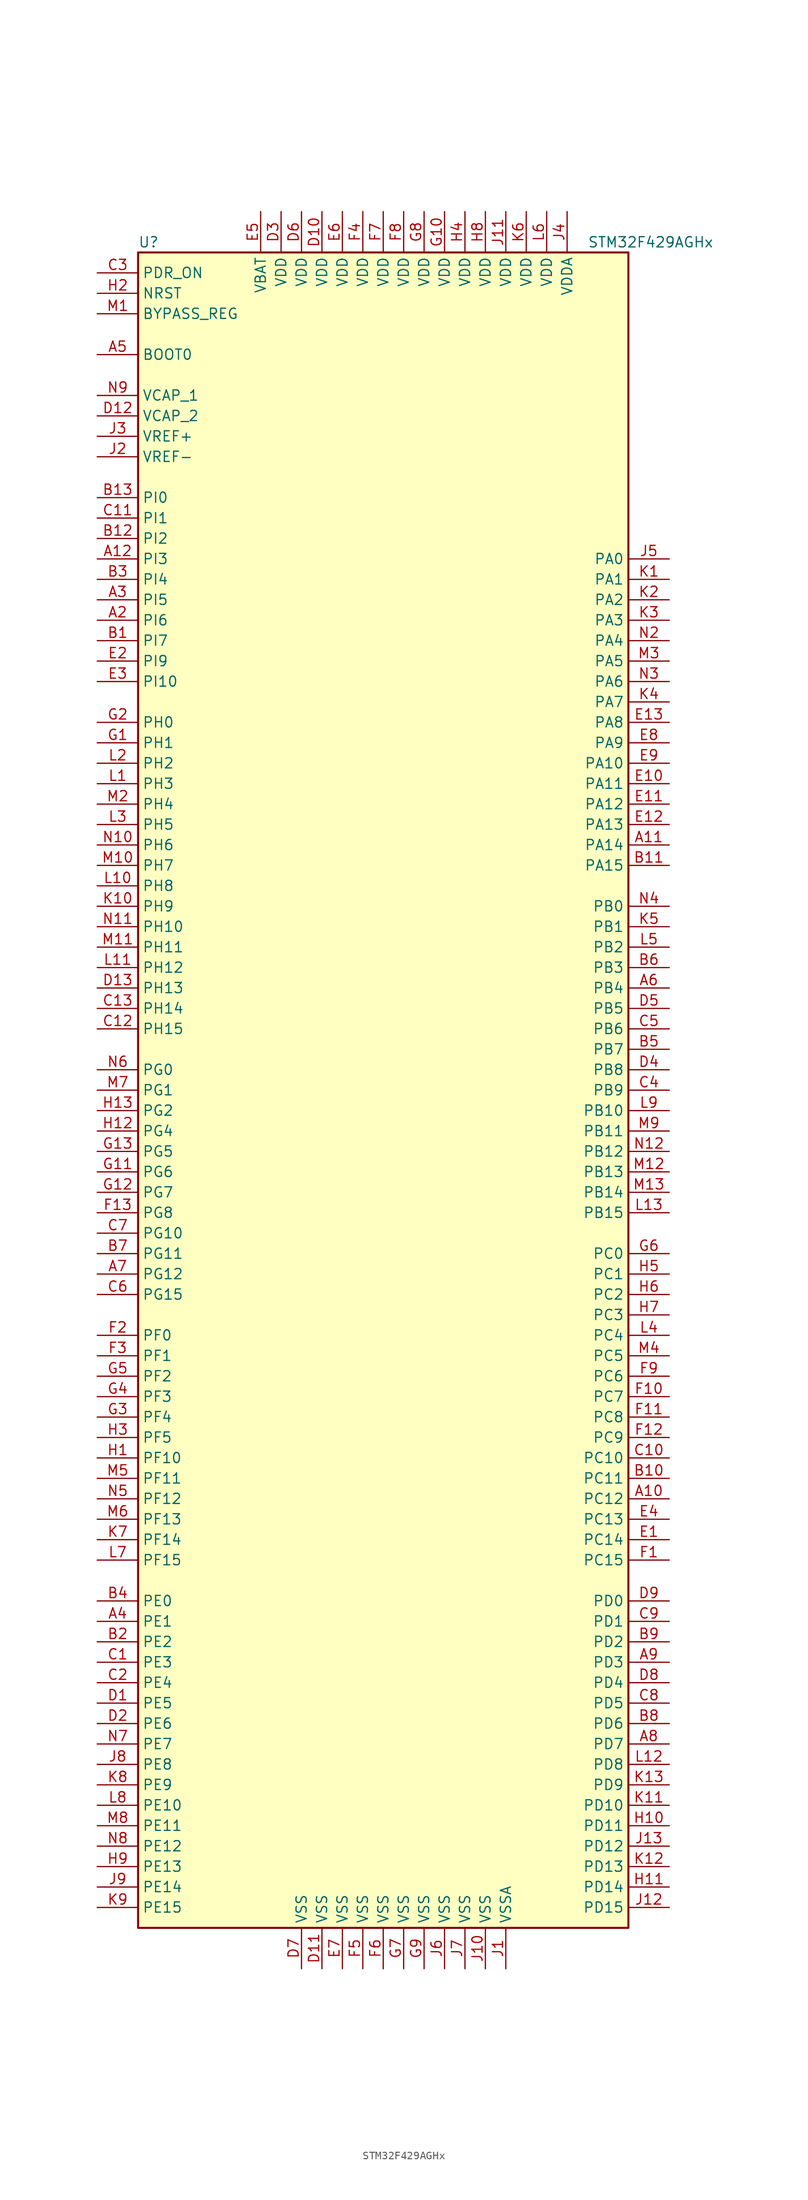
<source format=kicad_sym>
(kicad_symbol_lib
  (version 20211014)
  (generator kicad_symbol_editor)
  (symbol "STM32F429AGHx"
    (property "Reference" "U"
      (at -30.48 105.41 0)
      (effects (font (size 1.27 1.27)) (justify left)))
    (property "Value" "STM32F429AGHx"
      (at 25.4 105.41 0)
      (effects (font (size 1.27 1.27)) (justify left)))
    (symbol "STM32F429AGHx_0_1"
      (rectangle (start -30.48 -104.14) (end 30.48 104.14) (stroke (width 0.254) (type default) (color 0 0 0 0)) (fill (type background))))
    (symbol "STM32F429AGHx_1_1"
      (pin no_connect line (at -30.48 -101.6 0) (length 5.08) hide (name "NC" (effects (font (size 1.27 1.27)))) (number "A1" (effects (font (size 1.27 1.27)))))
      (pin bidirectional line (at 35.56 -50.8 180) (length 5.08) (name "PC12" (effects (font (size 1.27 1.27)))) (number "A10" (effects (font (size 1.27 1.27)))))
      (pin bidirectional line (at 35.56 30.48 180) (length 5.08) (name "PA14" (effects (font (size 1.27 1.27)))) (number "A11" (effects (font (size 1.27 1.27)))))
      (pin bidirectional line (at -35.56 66.04 0) (length 5.08) (name "PI3" (effects (font (size 1.27 1.27)))) (number "A12" (effects (font (size 1.27 1.27)))))
      (pin no_connect line (at -30.48 -99.06 0) (length 5.08) hide (name "NC" (effects (font (size 1.27 1.27)))) (number "A13" (effects (font (size 1.27 1.27)))))
      (pin bidirectional line (at -35.56 58.42 0) (length 5.08) (name "PI6" (effects (font (size 1.27 1.27)))) (number "A2" (effects (font (size 1.27 1.27)))))
      (pin bidirectional line (at -35.56 60.96 0) (length 5.08) (name "PI5" (effects (font (size 1.27 1.27)))) (number "A3" (effects (font (size 1.27 1.27)))))
      (pin bidirectional line (at -35.56 -66.04 0) (length 5.08) (name "PE1" (effects (font (size 1.27 1.27)))) (number "A4" (effects (font (size 1.27 1.27)))))
      (pin input line (at -35.56 91.44 0) (length 5.08) (name "BOOT0" (effects (font (size 1.27 1.27)))) (number "A5" (effects (font (size 1.27 1.27)))))
      (pin bidirectional line (at 35.56 12.7 180) (length 5.08) (name "PB4" (effects (font (size 1.27 1.27)))) (number "A6" (effects (font (size 1.27 1.27)))))
      (pin bidirectional line (at -35.56 -22.86 0) (length 5.08) (name "PG12" (effects (font (size 1.27 1.27)))) (number "A7" (effects (font (size 1.27 1.27)))))
      (pin bidirectional line (at 35.56 -81.28 180) (length 5.08) (name "PD7" (effects (font (size 1.27 1.27)))) (number "A8" (effects (font (size 1.27 1.27)))))
      (pin bidirectional line (at 35.56 -71.12 180) (length 5.08) (name "PD3" (effects (font (size 1.27 1.27)))) (number "A9" (effects (font (size 1.27 1.27)))))
      (pin bidirectional line (at -35.56 55.88 0) (length 5.08) (name "PI7" (effects (font (size 1.27 1.27)))) (number "B1" (effects (font (size 1.27 1.27)))))
      (pin bidirectional line (at 35.56 -48.26 180) (length 5.08) (name "PC11" (effects (font (size 1.27 1.27)))) (number "B10" (effects (font (size 1.27 1.27)))))
      (pin bidirectional line (at 35.56 27.94 180) (length 5.08) (name "PA15" (effects (font (size 1.27 1.27)))) (number "B11" (effects (font (size 1.27 1.27)))))
      (pin bidirectional line (at -35.56 68.58 0) (length 5.08) (name "PI2" (effects (font (size 1.27 1.27)))) (number "B12" (effects (font (size 1.27 1.27)))))
      (pin bidirectional line (at -35.56 73.66 0) (length 5.08) (name "PI0" (effects (font (size 1.27 1.27)))) (number "B13" (effects (font (size 1.27 1.27)))))
      (pin bidirectional line (at -35.56 -68.58 0) (length 5.08) (name "PE2" (effects (font (size 1.27 1.27)))) (number "B2" (effects (font (size 1.27 1.27)))))
      (pin bidirectional line (at -35.56 63.5 0) (length 5.08) (name "PI4" (effects (font (size 1.27 1.27)))) (number "B3" (effects (font (size 1.27 1.27)))))
      (pin bidirectional line (at -35.56 -63.5 0) (length 5.08) (name "PE0" (effects (font (size 1.27 1.27)))) (number "B4" (effects (font (size 1.27 1.27)))))
      (pin bidirectional line (at 35.56 5.08 180) (length 5.08) (name "PB7" (effects (font (size 1.27 1.27)))) (number "B5" (effects (font (size 1.27 1.27)))))
      (pin bidirectional line (at 35.56 15.24 180) (length 5.08) (name "PB3" (effects (font (size 1.27 1.27)))) (number "B6" (effects (font (size 1.27 1.27)))))
      (pin bidirectional line (at -35.56 -20.32 0) (length 5.08) (name "PG11" (effects (font (size 1.27 1.27)))) (number "B7" (effects (font (size 1.27 1.27)))))
      (pin bidirectional line (at 35.56 -78.74 180) (length 5.08) (name "PD6" (effects (font (size 1.27 1.27)))) (number "B8" (effects (font (size 1.27 1.27)))))
      (pin bidirectional line (at 35.56 -68.58 180) (length 5.08) (name "PD2" (effects (font (size 1.27 1.27)))) (number "B9" (effects (font (size 1.27 1.27)))))
      (pin bidirectional line (at -35.56 -71.12 0) (length 5.08) (name "PE3" (effects (font (size 1.27 1.27)))) (number "C1" (effects (font (size 1.27 1.27)))))
      (pin bidirectional line (at 35.56 -45.72 180) (length 5.08) (name "PC10" (effects (font (size 1.27 1.27)))) (number "C10" (effects (font (size 1.27 1.27)))))
      (pin bidirectional line (at -35.56 71.12 0) (length 5.08) (name "PI1" (effects (font (size 1.27 1.27)))) (number "C11" (effects (font (size 1.27 1.27)))))
      (pin bidirectional line (at -35.56 7.62 0) (length 5.08) (name "PH15" (effects (font (size 1.27 1.27)))) (number "C12" (effects (font (size 1.27 1.27)))))
      (pin bidirectional line (at -35.56 10.16 0) (length 5.08) (name "PH14" (effects (font (size 1.27 1.27)))) (number "C13" (effects (font (size 1.27 1.27)))))
      (pin bidirectional line (at -35.56 -73.66 0) (length 5.08) (name "PE4" (effects (font (size 1.27 1.27)))) (number "C2" (effects (font (size 1.27 1.27)))))
      (pin input line (at -35.56 101.6 0) (length 5.08) (name "PDR_ON" (effects (font (size 1.27 1.27)))) (number "C3" (effects (font (size 1.27 1.27)))))
      (pin bidirectional line (at 35.56 0 180) (length 5.08) (name "PB9" (effects (font (size 1.27 1.27)))) (number "C4" (effects (font (size 1.27 1.27)))))
      (pin bidirectional line (at 35.56 7.62 180) (length 5.08) (name "PB6" (effects (font (size 1.27 1.27)))) (number "C5" (effects (font (size 1.27 1.27)))))
      (pin bidirectional line (at -35.56 -25.4 0) (length 5.08) (name "PG15" (effects (font (size 1.27 1.27)))) (number "C6" (effects (font (size 1.27 1.27)))))
      (pin bidirectional line (at -35.56 -17.78 0) (length 5.08) (name "PG10" (effects (font (size 1.27 1.27)))) (number "C7" (effects (font (size 1.27 1.27)))))
      (pin bidirectional line (at 35.56 -76.2 180) (length 5.08) (name "PD5" (effects (font (size 1.27 1.27)))) (number "C8" (effects (font (size 1.27 1.27)))))
      (pin bidirectional line (at 35.56 -66.04 180) (length 5.08) (name "PD1" (effects (font (size 1.27 1.27)))) (number "C9" (effects (font (size 1.27 1.27)))))
      (pin bidirectional line (at -35.56 -76.2 0) (length 5.08) (name "PE5" (effects (font (size 1.27 1.27)))) (number "D1" (effects (font (size 1.27 1.27)))))
      (pin power_in line (at -7.62 109.22 270) (length 5.08) (name "VDD" (effects (font (size 1.27 1.27)))) (number "D10" (effects (font (size 1.27 1.27)))))
      (pin power_in line (at -7.62 -109.22 90) (length 5.08) (name "VSS" (effects (font (size 1.27 1.27)))) (number "D11" (effects (font (size 1.27 1.27)))))
      (pin power_in line (at -35.56 83.82 0) (length 5.08) (name "VCAP_2" (effects (font (size 1.27 1.27)))) (number "D12" (effects (font (size 1.27 1.27)))))
      (pin bidirectional line (at -35.56 12.7 0) (length 5.08) (name "PH13" (effects (font (size 1.27 1.27)))) (number "D13" (effects (font (size 1.27 1.27)))))
      (pin bidirectional line (at -35.56 -78.74 0) (length 5.08) (name "PE6" (effects (font (size 1.27 1.27)))) (number "D2" (effects (font (size 1.27 1.27)))))
      (pin power_in line (at -12.7 109.22 270) (length 5.08) (name "VDD" (effects (font (size 1.27 1.27)))) (number "D3" (effects (font (size 1.27 1.27)))))
      (pin bidirectional line (at 35.56 2.54 180) (length 5.08) (name "PB8" (effects (font (size 1.27 1.27)))) (number "D4" (effects (font (size 1.27 1.27)))))
      (pin bidirectional line (at 35.56 10.16 180) (length 5.08) (name "PB5" (effects (font (size 1.27 1.27)))) (number "D5" (effects (font (size 1.27 1.27)))))
      (pin power_in line (at -10.16 109.22 270) (length 5.08) (name "VDD" (effects (font (size 1.27 1.27)))) (number "D6" (effects (font (size 1.27 1.27)))))
      (pin power_in line (at -10.16 -109.22 90) (length 5.08) (name "VSS" (effects (font (size 1.27 1.27)))) (number "D7" (effects (font (size 1.27 1.27)))))
      (pin bidirectional line (at 35.56 -73.66 180) (length 5.08) (name "PD4" (effects (font (size 1.27 1.27)))) (number "D8" (effects (font (size 1.27 1.27)))))
      (pin bidirectional line (at 35.56 -63.5 180) (length 5.08) (name "PD0" (effects (font (size 1.27 1.27)))) (number "D9" (effects (font (size 1.27 1.27)))))
      (pin bidirectional line (at 35.56 -55.88 180) (length 5.08) (name "PC14" (effects (font (size 1.27 1.27)))) (number "E1" (effects (font (size 1.27 1.27)))))
      (pin bidirectional line (at 35.56 38.1 180) (length 5.08) (name "PA11" (effects (font (size 1.27 1.27)))) (number "E10" (effects (font (size 1.27 1.27)))))
      (pin bidirectional line (at 35.56 35.56 180) (length 5.08) (name "PA12" (effects (font (size 1.27 1.27)))) (number "E11" (effects (font (size 1.27 1.27)))))
      (pin bidirectional line (at 35.56 33.02 180) (length 5.08) (name "PA13" (effects (font (size 1.27 1.27)))) (number "E12" (effects (font (size 1.27 1.27)))))
      (pin bidirectional line (at 35.56 45.72 180) (length 5.08) (name "PA8" (effects (font (size 1.27 1.27)))) (number "E13" (effects (font (size 1.27 1.27)))))
      (pin bidirectional line (at -35.56 53.34 0) (length 5.08) (name "PI9" (effects (font (size 1.27 1.27)))) (number "E2" (effects (font (size 1.27 1.27)))))
      (pin bidirectional line (at -35.56 50.8 0) (length 5.08) (name "PI10" (effects (font (size 1.27 1.27)))) (number "E3" (effects (font (size 1.27 1.27)))))
      (pin bidirectional line (at 35.56 -53.34 180) (length 5.08) (name "PC13" (effects (font (size 1.27 1.27)))) (number "E4" (effects (font (size 1.27 1.27)))))
      (pin power_in line (at -15.24 109.22 270) (length 5.08) (name "VBAT" (effects (font (size 1.27 1.27)))) (number "E5" (effects (font (size 1.27 1.27)))))
      (pin power_in line (at -5.08 109.22 270) (length 5.08) (name "VDD" (effects (font (size 1.27 1.27)))) (number "E6" (effects (font (size 1.27 1.27)))))
      (pin power_in line (at -5.08 -109.22 90) (length 5.08) (name "VSS" (effects (font (size 1.27 1.27)))) (number "E7" (effects (font (size 1.27 1.27)))))
      (pin bidirectional line (at 35.56 43.18 180) (length 5.08) (name "PA9" (effects (font (size 1.27 1.27)))) (number "E8" (effects (font (size 1.27 1.27)))))
      (pin bidirectional line (at 35.56 40.64 180) (length 5.08) (name "PA10" (effects (font (size 1.27 1.27)))) (number "E9" (effects (font (size 1.27 1.27)))))
      (pin bidirectional line (at 35.56 -58.42 180) (length 5.08) (name "PC15" (effects (font (size 1.27 1.27)))) (number "F1" (effects (font (size 1.27 1.27)))))
      (pin bidirectional line (at 35.56 -38.1 180) (length 5.08) (name "PC7" (effects (font (size 1.27 1.27)))) (number "F10" (effects (font (size 1.27 1.27)))))
      (pin bidirectional line (at 35.56 -40.64 180) (length 5.08) (name "PC8" (effects (font (size 1.27 1.27)))) (number "F11" (effects (font (size 1.27 1.27)))))
      (pin bidirectional line (at 35.56 -43.18 180) (length 5.08) (name "PC9" (effects (font (size 1.27 1.27)))) (number "F12" (effects (font (size 1.27 1.27)))))
      (pin bidirectional line (at -35.56 -15.24 0) (length 5.08) (name "PG8" (effects (font (size 1.27 1.27)))) (number "F13" (effects (font (size 1.27 1.27)))))
      (pin bidirectional line (at -35.56 -30.48 0) (length 5.08) (name "PF0" (effects (font (size 1.27 1.27)))) (number "F2" (effects (font (size 1.27 1.27)))))
      (pin bidirectional line (at -35.56 -33.02 0) (length 5.08) (name "PF1" (effects (font (size 1.27 1.27)))) (number "F3" (effects (font (size 1.27 1.27)))))
      (pin power_in line (at -2.54 109.22 270) (length 5.08) (name "VDD" (effects (font (size 1.27 1.27)))) (number "F4" (effects (font (size 1.27 1.27)))))
      (pin power_in line (at -2.54 -109.22 90) (length 5.08) (name "VSS" (effects (font (size 1.27 1.27)))) (number "F5" (effects (font (size 1.27 1.27)))))
      (pin power_in line (at 0 -109.22 90) (length 5.08) (name "VSS" (effects (font (size 1.27 1.27)))) (number "F6" (effects (font (size 1.27 1.27)))))
      (pin power_in line (at 0 109.22 270) (length 5.08) (name "VDD" (effects (font (size 1.27 1.27)))) (number "F7" (effects (font (size 1.27 1.27)))))
      (pin power_in line (at 2.54 109.22 270) (length 5.08) (name "VDD" (effects (font (size 1.27 1.27)))) (number "F8" (effects (font (size 1.27 1.27)))))
      (pin bidirectional line (at 35.56 -35.56 180) (length 5.08) (name "PC6" (effects (font (size 1.27 1.27)))) (number "F9" (effects (font (size 1.27 1.27)))))
      (pin input line (at -35.56 43.18 0) (length 5.08) (name "PH1" (effects (font (size 1.27 1.27)))) (number "G1" (effects (font (size 1.27 1.27)))))
      (pin power_in line (at 7.62 109.22 270) (length 5.08) (name "VDD" (effects (font (size 1.27 1.27)))) (number "G10" (effects (font (size 1.27 1.27)))))
      (pin bidirectional line (at -35.56 -10.16 0) (length 5.08) (name "PG6" (effects (font (size 1.27 1.27)))) (number "G11" (effects (font (size 1.27 1.27)))))
      (pin bidirectional line (at -35.56 -12.7 0) (length 5.08) (name "PG7" (effects (font (size 1.27 1.27)))) (number "G12" (effects (font (size 1.27 1.27)))))
      (pin bidirectional line (at -35.56 -7.62 0) (length 5.08) (name "PG5" (effects (font (size 1.27 1.27)))) (number "G13" (effects (font (size 1.27 1.27)))))
      (pin input line (at -35.56 45.72 0) (length 5.08) (name "PH0" (effects (font (size 1.27 1.27)))) (number "G2" (effects (font (size 1.27 1.27)))))
      (pin bidirectional line (at -35.56 -40.64 0) (length 5.08) (name "PF4" (effects (font (size 1.27 1.27)))) (number "G3" (effects (font (size 1.27 1.27)))))
      (pin bidirectional line (at -35.56 -38.1 0) (length 5.08) (name "PF3" (effects (font (size 1.27 1.27)))) (number "G4" (effects (font (size 1.27 1.27)))))
      (pin bidirectional line (at -35.56 -35.56 0) (length 5.08) (name "PF2" (effects (font (size 1.27 1.27)))) (number "G5" (effects (font (size 1.27 1.27)))))
      (pin bidirectional line (at 35.56 -20.32 180) (length 5.08) (name "PC0" (effects (font (size 1.27 1.27)))) (number "G6" (effects (font (size 1.27 1.27)))))
      (pin power_in line (at 2.54 -109.22 90) (length 5.08) (name "VSS" (effects (font (size 1.27 1.27)))) (number "G7" (effects (font (size 1.27 1.27)))))
      (pin power_in line (at 5.08 109.22 270) (length 5.08) (name "VDD" (effects (font (size 1.27 1.27)))) (number "G8" (effects (font (size 1.27 1.27)))))
      (pin power_in line (at 5.08 -109.22 90) (length 5.08) (name "VSS" (effects (font (size 1.27 1.27)))) (number "G9" (effects (font (size 1.27 1.27)))))
      (pin bidirectional line (at -35.56 -45.72 0) (length 5.08) (name "PF10" (effects (font (size 1.27 1.27)))) (number "H1" (effects (font (size 1.27 1.27)))))
      (pin bidirectional line (at 35.56 -91.44 180) (length 5.08) (name "PD11" (effects (font (size 1.27 1.27)))) (number "H10" (effects (font (size 1.27 1.27)))))
      (pin bidirectional line (at 35.56 -99.06 180) (length 5.08) (name "PD14" (effects (font (size 1.27 1.27)))) (number "H11" (effects (font (size 1.27 1.27)))))
      (pin bidirectional line (at -35.56 -5.08 0) (length 5.08) (name "PG4" (effects (font (size 1.27 1.27)))) (number "H12" (effects (font (size 1.27 1.27)))))
      (pin bidirectional line (at -35.56 -2.54 0) (length 5.08) (name "PG2" (effects (font (size 1.27 1.27)))) (number "H13" (effects (font (size 1.27 1.27)))))
      (pin input line (at -35.56 99.06 0) (length 5.08) (name "NRST" (effects (font (size 1.27 1.27)))) (number "H2" (effects (font (size 1.27 1.27)))))
      (pin bidirectional line (at -35.56 -43.18 0) (length 5.08) (name "PF5" (effects (font (size 1.27 1.27)))) (number "H3" (effects (font (size 1.27 1.27)))))
      (pin power_in line (at 10.16 109.22 270) (length 5.08) (name "VDD" (effects (font (size 1.27 1.27)))) (number "H4" (effects (font (size 1.27 1.27)))))
      (pin bidirectional line (at 35.56 -22.86 180) (length 5.08) (name "PC1" (effects (font (size 1.27 1.27)))) (number "H5" (effects (font (size 1.27 1.27)))))
      (pin bidirectional line (at 35.56 -25.4 180) (length 5.08) (name "PC2" (effects (font (size 1.27 1.27)))) (number "H6" (effects (font (size 1.27 1.27)))))
      (pin bidirectional line (at 35.56 -27.94 180) (length 5.08) (name "PC3" (effects (font (size 1.27 1.27)))) (number "H7" (effects (font (size 1.27 1.27)))))
      (pin power_in line (at 12.7 109.22 270) (length 5.08) (name "VDD" (effects (font (size 1.27 1.27)))) (number "H8" (effects (font (size 1.27 1.27)))))
      (pin bidirectional line (at -35.56 -96.52 0) (length 5.08) (name "PE13" (effects (font (size 1.27 1.27)))) (number "H9" (effects (font (size 1.27 1.27)))))
      (pin power_in line (at 15.24 -109.22 90) (length 5.08) (name "VSSA" (effects (font (size 1.27 1.27)))) (number "J1" (effects (font (size 1.27 1.27)))))
      (pin power_in line (at 12.7 -109.22 90) (length 5.08) (name "VSS" (effects (font (size 1.27 1.27)))) (number "J10" (effects (font (size 1.27 1.27)))))
      (pin power_in line (at 15.24 109.22 270) (length 5.08) (name "VDD" (effects (font (size 1.27 1.27)))) (number "J11" (effects (font (size 1.27 1.27)))))
      (pin bidirectional line (at 35.56 -101.6 180) (length 5.08) (name "PD15" (effects (font (size 1.27 1.27)))) (number "J12" (effects (font (size 1.27 1.27)))))
      (pin bidirectional line (at 35.56 -93.98 180) (length 5.08) (name "PD12" (effects (font (size 1.27 1.27)))) (number "J13" (effects (font (size 1.27 1.27)))))
      (pin power_in line (at -35.56 78.74 0) (length 5.08) (name "VREF-" (effects (font (size 1.27 1.27)))) (number "J2" (effects (font (size 1.27 1.27)))))
      (pin power_in line (at -35.56 81.28 0) (length 5.08) (name "VREF+" (effects (font (size 1.27 1.27)))) (number "J3" (effects (font (size 1.27 1.27)))))
      (pin power_in line (at 22.86 109.22 270) (length 5.08) (name "VDDA" (effects (font (size 1.27 1.27)))) (number "J4" (effects (font (size 1.27 1.27)))))
      (pin bidirectional line (at 35.56 66.04 180) (length 5.08) (name "PA0" (effects (font (size 1.27 1.27)))) (number "J5" (effects (font (size 1.27 1.27)))))
      (pin power_in line (at 7.62 -109.22 90) (length 5.08) (name "VSS" (effects (font (size 1.27 1.27)))) (number "J6" (effects (font (size 1.27 1.27)))))
      (pin power_in line (at 10.16 -109.22 90) (length 5.08) (name "VSS" (effects (font (size 1.27 1.27)))) (number "J7" (effects (font (size 1.27 1.27)))))
      (pin bidirectional line (at -35.56 -83.82 0) (length 5.08) (name "PE8" (effects (font (size 1.27 1.27)))) (number "J8" (effects (font (size 1.27 1.27)))))
      (pin bidirectional line (at -35.56 -99.06 0) (length 5.08) (name "PE14" (effects (font (size 1.27 1.27)))) (number "J9" (effects (font (size 1.27 1.27)))))
      (pin bidirectional line (at 35.56 63.5 180) (length 5.08) (name "PA1" (effects (font (size 1.27 1.27)))) (number "K1" (effects (font (size 1.27 1.27)))))
      (pin bidirectional line (at -35.56 22.86 0) (length 5.08) (name "PH9" (effects (font (size 1.27 1.27)))) (number "K10" (effects (font (size 1.27 1.27)))))
      (pin bidirectional line (at 35.56 -88.9 180) (length 5.08) (name "PD10" (effects (font (size 1.27 1.27)))) (number "K11" (effects (font (size 1.27 1.27)))))
      (pin bidirectional line (at 35.56 -96.52 180) (length 5.08) (name "PD13" (effects (font (size 1.27 1.27)))) (number "K12" (effects (font (size 1.27 1.27)))))
      (pin bidirectional line (at 35.56 -86.36 180) (length 5.08) (name "PD9" (effects (font (size 1.27 1.27)))) (number "K13" (effects (font (size 1.27 1.27)))))
      (pin bidirectional line (at 35.56 60.96 180) (length 5.08) (name "PA2" (effects (font (size 1.27 1.27)))) (number "K2" (effects (font (size 1.27 1.27)))))
      (pin bidirectional line (at 35.56 58.42 180) (length 5.08) (name "PA3" (effects (font (size 1.27 1.27)))) (number "K3" (effects (font (size 1.27 1.27)))))
      (pin bidirectional line (at 35.56 48.26 180) (length 5.08) (name "PA7" (effects (font (size 1.27 1.27)))) (number "K4" (effects (font (size 1.27 1.27)))))
      (pin bidirectional line (at 35.56 20.32 180) (length 5.08) (name "PB1" (effects (font (size 1.27 1.27)))) (number "K5" (effects (font (size 1.27 1.27)))))
      (pin power_in line (at 17.78 109.22 270) (length 5.08) (name "VDD" (effects (font (size 1.27 1.27)))) (number "K6" (effects (font (size 1.27 1.27)))))
      (pin bidirectional line (at -35.56 -55.88 0) (length 5.08) (name "PF14" (effects (font (size 1.27 1.27)))) (number "K7" (effects (font (size 1.27 1.27)))))
      (pin bidirectional line (at -35.56 -86.36 0) (length 5.08) (name "PE9" (effects (font (size 1.27 1.27)))) (number "K8" (effects (font (size 1.27 1.27)))))
      (pin bidirectional line (at -35.56 -101.6 0) (length 5.08) (name "PE15" (effects (font (size 1.27 1.27)))) (number "K9" (effects (font (size 1.27 1.27)))))
      (pin bidirectional line (at -35.56 38.1 0) (length 5.08) (name "PH3" (effects (font (size 1.27 1.27)))) (number "L1" (effects (font (size 1.27 1.27)))))
      (pin bidirectional line (at -35.56 25.4 0) (length 5.08) (name "PH8" (effects (font (size 1.27 1.27)))) (number "L10" (effects (font (size 1.27 1.27)))))
      (pin bidirectional line (at -35.56 15.24 0) (length 5.08) (name "PH12" (effects (font (size 1.27 1.27)))) (number "L11" (effects (font (size 1.27 1.27)))))
      (pin bidirectional line (at 35.56 -83.82 180) (length 5.08) (name "PD8" (effects (font (size 1.27 1.27)))) (number "L12" (effects (font (size 1.27 1.27)))))
      (pin bidirectional line (at 35.56 -15.24 180) (length 5.08) (name "PB15" (effects (font (size 1.27 1.27)))) (number "L13" (effects (font (size 1.27 1.27)))))
      (pin bidirectional line (at -35.56 40.64 0) (length 5.08) (name "PH2" (effects (font (size 1.27 1.27)))) (number "L2" (effects (font (size 1.27 1.27)))))
      (pin bidirectional line (at -35.56 33.02 0) (length 5.08) (name "PH5" (effects (font (size 1.27 1.27)))) (number "L3" (effects (font (size 1.27 1.27)))))
      (pin bidirectional line (at 35.56 -30.48 180) (length 5.08) (name "PC4" (effects (font (size 1.27 1.27)))) (number "L4" (effects (font (size 1.27 1.27)))))
      (pin bidirectional line (at 35.56 17.78 180) (length 5.08) (name "PB2" (effects (font (size 1.27 1.27)))) (number "L5" (effects (font (size 1.27 1.27)))))
      (pin power_in line (at 20.32 109.22 270) (length 5.08) (name "VDD" (effects (font (size 1.27 1.27)))) (number "L6" (effects (font (size 1.27 1.27)))))
      (pin bidirectional line (at -35.56 -58.42 0) (length 5.08) (name "PF15" (effects (font (size 1.27 1.27)))) (number "L7" (effects (font (size 1.27 1.27)))))
      (pin bidirectional line (at -35.56 -88.9 0) (length 5.08) (name "PE10" (effects (font (size 1.27 1.27)))) (number "L8" (effects (font (size 1.27 1.27)))))
      (pin bidirectional line (at 35.56 -2.54 180) (length 5.08) (name "PB10" (effects (font (size 1.27 1.27)))) (number "L9" (effects (font (size 1.27 1.27)))))
      (pin input line (at -35.56 96.52 0) (length 5.08) (name "BYPASS_REG" (effects (font (size 1.27 1.27)))) (number "M1" (effects (font (size 1.27 1.27)))))
      (pin bidirectional line (at -35.56 27.94 0) (length 5.08) (name "PH7" (effects (font (size 1.27 1.27)))) (number "M10" (effects (font (size 1.27 1.27)))))
      (pin bidirectional line (at -35.56 17.78 0) (length 5.08) (name "PH11" (effects (font (size 1.27 1.27)))) (number "M11" (effects (font (size 1.27 1.27)))))
      (pin bidirectional line (at 35.56 -10.16 180) (length 5.08) (name "PB13" (effects (font (size 1.27 1.27)))) (number "M12" (effects (font (size 1.27 1.27)))))
      (pin bidirectional line (at 35.56 -12.7 180) (length 5.08) (name "PB14" (effects (font (size 1.27 1.27)))) (number "M13" (effects (font (size 1.27 1.27)))))
      (pin bidirectional line (at -35.56 35.56 0) (length 5.08) (name "PH4" (effects (font (size 1.27 1.27)))) (number "M2" (effects (font (size 1.27 1.27)))))
      (pin bidirectional line (at 35.56 53.34 180) (length 5.08) (name "PA5" (effects (font (size 1.27 1.27)))) (number "M3" (effects (font (size 1.27 1.27)))))
      (pin bidirectional line (at 35.56 -33.02 180) (length 5.08) (name "PC5" (effects (font (size 1.27 1.27)))) (number "M4" (effects (font (size 1.27 1.27)))))
      (pin bidirectional line (at -35.56 -48.26 0) (length 5.08) (name "PF11" (effects (font (size 1.27 1.27)))) (number "M5" (effects (font (size 1.27 1.27)))))
      (pin bidirectional line (at -35.56 -53.34 0) (length 5.08) (name "PF13" (effects (font (size 1.27 1.27)))) (number "M6" (effects (font (size 1.27 1.27)))))
      (pin bidirectional line (at -35.56 0 0) (length 5.08) (name "PG1" (effects (font (size 1.27 1.27)))) (number "M7" (effects (font (size 1.27 1.27)))))
      (pin bidirectional line (at -35.56 -91.44 0) (length 5.08) (name "PE11" (effects (font (size 1.27 1.27)))) (number "M8" (effects (font (size 1.27 1.27)))))
      (pin bidirectional line (at 35.56 -5.08 180) (length 5.08) (name "PB11" (effects (font (size 1.27 1.27)))) (number "M9" (effects (font (size 1.27 1.27)))))
      (pin no_connect line (at -30.48 -96.52 0) (length 5.08) hide (name "NC" (effects (font (size 1.27 1.27)))) (number "N1" (effects (font (size 1.27 1.27)))))
      (pin bidirectional line (at -35.56 30.48 0) (length 5.08) (name "PH6" (effects (font (size 1.27 1.27)))) (number "N10" (effects (font (size 1.27 1.27)))))
      (pin bidirectional line (at -35.56 20.32 0) (length 5.08) (name "PH10" (effects (font (size 1.27 1.27)))) (number "N11" (effects (font (size 1.27 1.27)))))
      (pin bidirectional line (at 35.56 -7.62 180) (length 5.08) (name "PB12" (effects (font (size 1.27 1.27)))) (number "N12" (effects (font (size 1.27 1.27)))))
      (pin no_connect line (at -30.48 -93.98 0) (length 5.08) hide (name "NC" (effects (font (size 1.27 1.27)))) (number "N13" (effects (font (size 1.27 1.27)))))
      (pin bidirectional line (at 35.56 55.88 180) (length 5.08) (name "PA4" (effects (font (size 1.27 1.27)))) (number "N2" (effects (font (size 1.27 1.27)))))
      (pin bidirectional line (at 35.56 50.8 180) (length 5.08) (name "PA6" (effects (font (size 1.27 1.27)))) (number "N3" (effects (font (size 1.27 1.27)))))
      (pin bidirectional line (at 35.56 22.86 180) (length 5.08) (name "PB0" (effects (font (size 1.27 1.27)))) (number "N4" (effects (font (size 1.27 1.27)))))
      (pin bidirectional line (at -35.56 -50.8 0) (length 5.08) (name "PF12" (effects (font (size 1.27 1.27)))) (number "N5" (effects (font (size 1.27 1.27)))))
      (pin bidirectional line (at -35.56 2.54 0) (length 5.08) (name "PG0" (effects (font (size 1.27 1.27)))) (number "N6" (effects (font (size 1.27 1.27)))))
      (pin bidirectional line (at -35.56 -81.28 0) (length 5.08) (name "PE7" (effects (font (size 1.27 1.27)))) (number "N7" (effects (font (size 1.27 1.27)))))
      (pin bidirectional line (at -35.56 -93.98 0) (length 5.08) (name "PE12" (effects (font (size 1.27 1.27)))) (number "N8" (effects (font (size 1.27 1.27)))))
      (pin power_in line (at -35.56 86.36 0) (length 5.08) (name "VCAP_1" (effects (font (size 1.27 1.27)))) (number "N9" (effects (font (size 1.27 1.27))))))))
</source>
